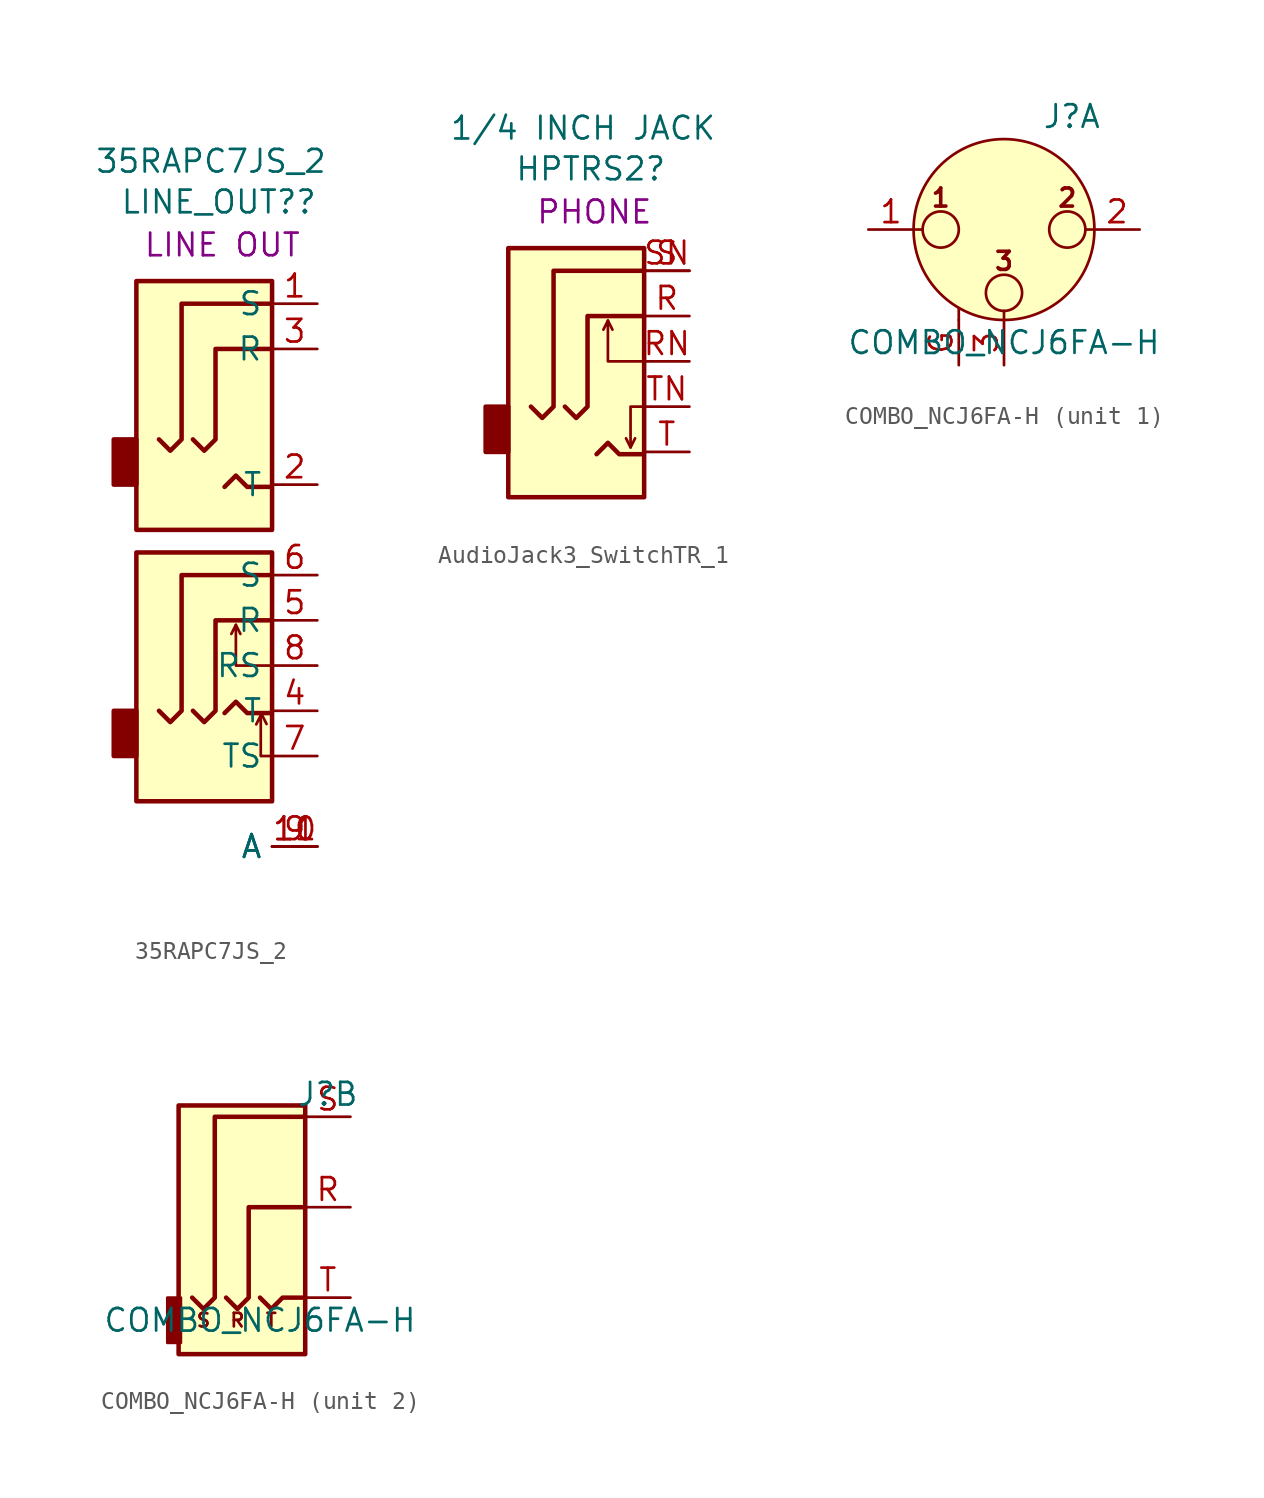
<source format=kicad_sym>
(kicad_symbol_lib
  (version 20231120)
  (generator "kicad_symbol_editor")
  (generator_version "8.0")
  (symbol "35RAPC7JS_2"
    (property "Reference" "LINE_OUT?"
      (at -0.457 8.255 0)
      (effects (font (size 1.27 1.27))))
    (property "Value" "35RAPC7JS_2"
      (at -0.889 10.541 0)
      (effects (font (size 1.27 1.27))))
    (property "Label" "LINE OUT"
      (at -0.254 5.842 0)
      (effects (font (size 1.27 1.27))))
    (symbol "35RAPC7JS_2_0_1"
      (rectangle (start -5.08 -20.32) (end -6.35 -22.86) (stroke (width 0.254) (type default)) (fill (type outline)))
      (rectangle (start -5.08 -5.08) (end -6.35 -7.62) (stroke (width 0.254) (type default)) (fill (type outline)))
      (polyline (pts (xy 0.508 -15.494) (xy 0.762 -16.002)) (stroke (width 0) (type default)) (fill (type none)))
      (polyline (pts (xy 2.23 -21.061) (xy 1.976 -20.553)) (stroke (width 0) (type default)) (fill (type none)))
      (polyline (pts (xy 2.413 -20.447) (xy 1.143 -20.447) (xy 0.508 -19.812) (xy -0.127 -20.447)) (stroke (width 0.254) (type default)) (fill (type none)))
      (polyline (pts (xy 2.413 -7.747) (xy 1.143 -7.747) (xy 0.508 -7.112) (xy -0.127 -7.747)) (stroke (width 0.254) (type default)) (fill (type none)))
      (polyline (pts (xy 2.54 -22.86) (xy 1.905 -22.86) (xy 1.905 -20.574) (xy 1.651 -21.082)) (stroke (width 0) (type default)) (fill (type none)))
      (polyline (pts (xy 2.54 -17.78) (xy 0.508 -17.78) (xy 0.508 -15.494) (xy 0.254 -16.002)) (stroke (width 0) (type default)) (fill (type none)))
      (polyline (pts (xy -1.905 -20.32) (xy -1.27 -20.955) (xy -0.635 -20.32) (xy -0.635 -15.24) (xy 2.54 -15.24)) (stroke (width 0.254) (type default)) (fill (type none)))
      (polyline (pts (xy -1.905 -5.08) (xy -1.27 -5.715) (xy -0.635 -5.08) (xy -0.635 0) (xy 2.54 0)) (stroke (width 0.254) (type default)) (fill (type none)))
      (polyline (pts (xy 2.54 -12.7) (xy -2.54 -12.7) (xy -2.54 -20.32) (xy -3.175 -20.955) (xy -3.81 -20.32)) (stroke (width 0.254) (type default)) (fill (type none)))
      (polyline (pts (xy 2.54 2.54) (xy -2.54 2.54) (xy -2.54 -5.08) (xy -3.175 -5.715) (xy -3.81 -5.08)) (stroke (width 0.254) (type default)) (fill (type none)))
      (rectangle (start 2.54 -11.43) (end -5.08 -25.4) (stroke (width 0.254) (type default)) (fill (type background)))
      (rectangle (start 2.54 3.81) (end -5.08 -10.16) (stroke (width 0.254) (type default)) (fill (type background))))
    (symbol "35RAPC7JS_2_1_1"
      (pin passive line (at 5.08 2.54 180) (length 2.54) (name "S" (effects (font (size 1.27 1.27)))) (number "1" (effects (font (size 1.27 1.27)))))
      (pin passive line (at 5.08 -27.94 180) (length 2.54) (name "A" (effects (font (size 1.27 1.27)))) (number "10" (effects (font (size 1.27 1.27)))))
      (pin passive line (at 5.08 -27.94 180) (length 2.54) (name "A" (effects (font (size 1.27 1.27)))) (number "11" (effects (font (size 1.27 1.27)))))
      (pin passive line (at 5.08 -7.62 180) (length 2.54) (name "T" (effects (font (size 1.27 1.27)))) (number "2" (effects (font (size 1.27 1.27)))))
      (pin passive line (at 5.08 0 180) (length 2.54) (name "R" (effects (font (size 1.27 1.27)))) (number "3" (effects (font (size 1.27 1.27)))))
      (pin passive line (at 5.08 -20.32 180) (length 2.54) (name "T" (effects (font (size 1.27 1.27)))) (number "4" (effects (font (size 1.27 1.27)))))
      (pin passive line (at 5.08 -15.24 180) (length 2.54) (name "R" (effects (font (size 1.27 1.27)))) (number "5" (effects (font (size 1.27 1.27)))))
      (pin passive line (at 5.08 -12.7 180) (length 2.54) (name "S" (effects (font (size 1.27 1.27)))) (number "6" (effects (font (size 1.27 1.27)))))
      (pin passive line (at 5.08 -22.86 180) (length 2.54) (name "TS" (effects (font (size 1.27 1.27)))) (number "7" (effects (font (size 1.27 1.27)))))
      (pin passive line (at 5.08 -17.78 180) (length 2.54) (name "RS" (effects (font (size 1.27 1.27)))) (number "8" (effects (font (size 1.27 1.27)))))
      (pin passive line (at 5.08 -27.94 180) (length 2.54) (name "A" (effects (font (size 1.27 1.27)))) (number "9" (effects (font (size 1.27 1.27)))))))
  (symbol "AudioJack3_SwitchTR_1"
    (property "Reference" "HPTRS2"
      (at -0.457 8.255 0)
      (effects (font (size 1.27 1.27))))
    (property "Value" "1/4 INCH JACK"
      (at -0.889 10.541 0)
      (effects (font (size 1.27 1.27))))
    (property "Label" "PHONE"
      (at -0.254 5.842 0)
      (effects (font (size 1.27 1.27))))
    (symbol "AudioJack3_SwitchTR_1_0_1"
      (rectangle (start -5.08 -5.08) (end -6.35 -7.62) (stroke (width 0.254) (type default)) (fill (type outline)))
      (polyline (pts (xy 0.508 -0.254) (xy 0.762 -0.762)) (stroke (width 0) (type default)) (fill (type none)))
      (polyline (pts (xy 1.524 -6.858) (xy 1.778 -7.366)) (stroke (width 0) (type default)) (fill (type none)))
      (polyline (pts (xy 2.413 -7.747) (xy 1.143 -7.747) (xy 0.508 -7.112) (xy -0.127 -7.747)) (stroke (width 0.254) (type default)) (fill (type none)))
      (polyline (pts (xy 2.413 -5.08) (xy 1.778 -5.08) (xy 1.778 -7.366) (xy 2.032 -6.858)) (stroke (width 0) (type default)) (fill (type none)))
      (polyline (pts (xy 2.54 -2.54) (xy 0.508 -2.54) (xy 0.508 -0.254) (xy 0.254 -0.762)) (stroke (width 0) (type default)) (fill (type none)))
      (polyline (pts (xy -1.905 -5.08) (xy -1.27 -5.715) (xy -0.635 -5.08) (xy -0.635 0) (xy 2.54 0)) (stroke (width 0.254) (type default)) (fill (type none)))
      (polyline (pts (xy 2.54 2.54) (xy -2.54 2.54) (xy -2.54 -5.08) (xy -3.175 -5.715) (xy -3.81 -5.08)) (stroke (width 0.254) (type default)) (fill (type none)))
      (rectangle (start 2.54 3.81) (end -5.08 -10.16) (stroke (width 0.254) (type default)) (fill (type background))))
    (symbol "AudioJack3_SwitchTR_1_1_1"
      (pin passive line (at 5.08 0 180) (length 2.54) (name "~" (effects (font (size 1.27 1.27)))) (number "R" (effects (font (size 1.27 1.27)))))
      (pin passive line (at 5.08 -2.54 180) (length 2.54) (name "~" (effects (font (size 1.27 1.27)))) (number "RN" (effects (font (size 1.27 1.27)))))
      (pin passive line (at 5.08 2.54 180) (length 2.54) (name "~" (effects (font (size 1.27 1.27)))) (number "S" (effects (font (size 1.27 1.27)))))
      (pin passive line (at 5.08 2.54 180) (length 2.54) (name "~" (effects (font (size 1.27 1.27)))) (number "SN" (effects (font (size 1.27 1.27)))))
      (pin passive line (at 5.08 -7.62 180) (length 2.54) (name "~" (effects (font (size 1.27 1.27)))) (number "T" (effects (font (size 1.27 1.27)))))
      (pin passive line (at 5.08 -5.08 180) (length 2.54) (name "~" (effects (font (size 1.27 1.27)))) (number "TN" (effects (font (size 1.27 1.27)))))))
  (symbol "COMBO_NCJ6FA-H"
    (pin_names hide)
    (property "Reference" "J"
      (at 3.81 6.35 0)
      (effects (font (size 1.27 1.27))))
    (property "Value" "COMBO_NCJ6FA-H"
      (at 0 -6.35 0)
      (effects (font (size 1.27 1.27))))
    (symbol "COMBO_NCJ6FA-H_1_1"
      (circle (center -3.556 0) (radius 1.016) (stroke (width 0) (type default)) (fill (type none)))
      (circle (center 0 -3.556) (radius 1.016) (stroke (width 0) (type default)) (fill (type none)))
      (polyline (pts (xy -5.08 0) (xy -4.572 0)) (stroke (width 0) (type default)) (fill (type none)))
      (polyline (pts (xy -2.54 -5.08) (xy -2.54 -4.445)) (stroke (width 0) (type default)) (fill (type none)))
      (polyline (pts (xy 0 -5.08) (xy 0 -4.572)) (stroke (width 0) (type default)) (fill (type none)))
      (polyline (pts (xy 5.08 0) (xy 4.572 0)) (stroke (width 0) (type default)) (fill (type none)))
      (circle (center 0 0) (radius 5.08) (stroke (width 0) (type default)) (fill (type background)))
      (circle (center 3.556 0) (radius 1.016) (stroke (width 0) (type default)) (fill (type none)))
      (text "1" (at -3.556 1.778 0) (effects (font (size 1.016 1.016) (bold yes))))
      (text "2" (at 3.556 1.778 0) (effects (font (size 1.016 1.016) (bold yes))))
      (text "3" (at 0 -1.778 0) (effects (font (size 1.016 1.016) (bold yes))))
      (pin passive line (at -7.62 0 0) (length 2.54) (name "~" (effects (font (size 1.27 1.27)))) (number "1" (effects (font (size 1.27 1.27)))))
      (pin passive line (at 7.62 0 180) (length 2.54) (name "~" (effects (font (size 1.27 1.27)))) (number "2" (effects (font (size 1.27 1.27)))))
      (pin passive line (at 0 -7.62 90) (length 2.54) (name "~" (effects (font (size 1.27 1.27)))) (number "3" (effects (font (size 1.27 1.27)))))
      (pin passive line (at -2.54 -7.62 90) (length 2.54) (name "~" (effects (font (size 1.27 1.27)))) (number "G" (effects (font (size 1.27 1.27))))))
    (symbol "COMBO_NCJ6FA-H_2_0"
      (text "R" (at -1.27 -6.35 0) (effects (font (size 0.762 0.762))))
      (text "S" (at -3.175 -6.35 0) (effects (font (size 0.762 0.762))))
      (text "T" (at 0.635 -6.35 0) (effects (font (size 0.762 0.762)))))
    (symbol "COMBO_NCJ6FA-H_2_1"
      (rectangle (start -4.445 -7.62) (end -5.207 -5.08) (stroke (width 0) (type default)) (fill (type outline)))
      (polyline (pts (xy 0 -5.08) (xy 0.635 -5.715) (xy 1.27 -5.08) (xy 2.54 -5.08)) (stroke (width 0.254) (type default)) (fill (type none)))
      (polyline (pts (xy -1.905 -5.08) (xy -1.27 -5.715) (xy -0.635 -5.08) (xy -0.635 0) (xy 2.54 0)) (stroke (width 0.254) (type default)) (fill (type none)))
      (polyline (pts (xy 2.54 5.08) (xy -2.54 5.08) (xy -2.54 -5.08) (xy -3.175 -5.715) (xy -3.81 -5.08)) (stroke (width 0.254) (type default)) (fill (type none)))
      (rectangle (start 2.54 -8.255) (end -4.572 5.715) (stroke (width 0.254) (type default)) (fill (type background)))
      (pin passive line (at 5.08 0 180) (length 2.54) (name "~" (effects (font (size 1.27 1.27)))) (number "R" (effects (font (size 1.27 1.27)))))
      (pin passive line (at 5.08 5.08 180) (length 2.54) (name "~" (effects (font (size 1.27 1.27)))) (number "S" (effects (font (size 1.27 1.27)))))
      (pin passive line (at 5.08 -5.08 180) (length 2.54) (name "~" (effects (font (size 1.27 1.27)))) (number "T" (effects (font (size 1.27 1.27))))))))
</source>
